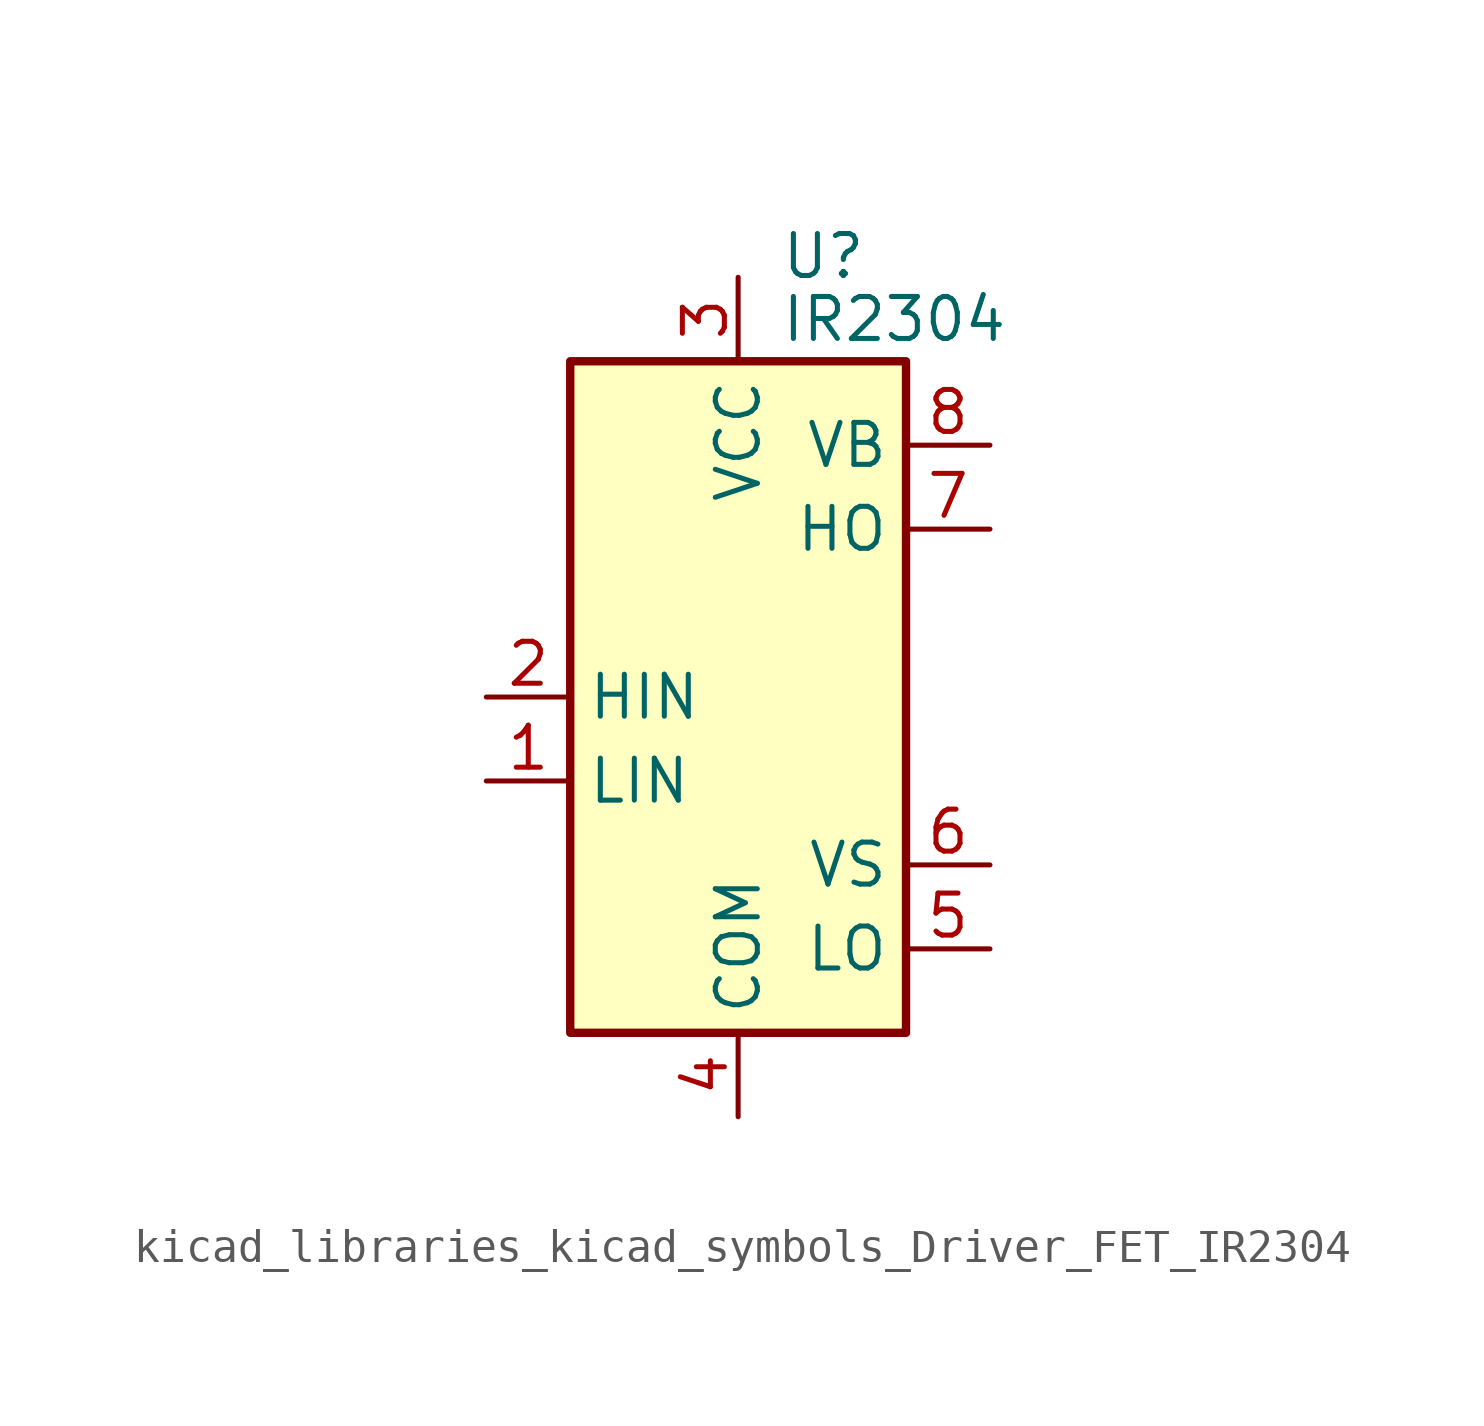
<source format=kicad_sym>
(kicad_symbol_lib
  (version 20220914)
  (generator kicad_symbol_editor)
  (symbol "kicad_libraries_kicad_symbols_Driver_FET_IR2304"
    (property "Reference" "U"
      (at 1.27 13.335 0)
      (effects (font (size 1.27 1.27)) (justify left)))
    (property "Value" "IR2304"
      (at 1.27 11.43 0)
      (effects (font (size 1.27 1.27)) (justify left)))
    (symbol "kicad_libraries_kicad_symbols_Driver_FET_IR2304_0_1"
      (rectangle (start -5.08 -10.16) (end 5.08 10.16) (stroke (width 0.254) (type default)) (fill (type background))))
    (symbol "kicad_libraries_kicad_symbols_Driver_FET_IR2304_1_1"
      (pin input line (at -7.62 -2.54 0) (length 2.54) (name "LIN" (effects (font (size 1.27 1.27)))) (number "1" (effects (font (size 1.27 1.27)))))
      (pin input line (at -7.62 0 0) (length 2.54) (name "HIN" (effects (font (size 1.27 1.27)))) (number "2" (effects (font (size 1.27 1.27)))))
      (pin power_in line (at 0 12.7 270) (length 2.54) (name "VCC" (effects (font (size 1.27 1.27)))) (number "3" (effects (font (size 1.27 1.27)))))
      (pin power_in line (at 0 -12.7 90) (length 2.54) (name "COM" (effects (font (size 1.27 1.27)))) (number "4" (effects (font (size 1.27 1.27)))))
      (pin output line (at 7.62 -7.62 180) (length 2.54) (name "LO" (effects (font (size 1.27 1.27)))) (number "5" (effects (font (size 1.27 1.27)))))
      (pin passive line (at 7.62 -5.08 180) (length 2.54) (name "VS" (effects (font (size 1.27 1.27)))) (number "6" (effects (font (size 1.27 1.27)))))
      (pin output line (at 7.62 5.08 180) (length 2.54) (name "HO" (effects (font (size 1.27 1.27)))) (number "7" (effects (font (size 1.27 1.27)))))
      (pin passive line (at 7.62 7.62 180) (length 2.54) (name "VB" (effects (font (size 1.27 1.27)))) (number "8" (effects (font (size 1.27 1.27))))))))
</source>
